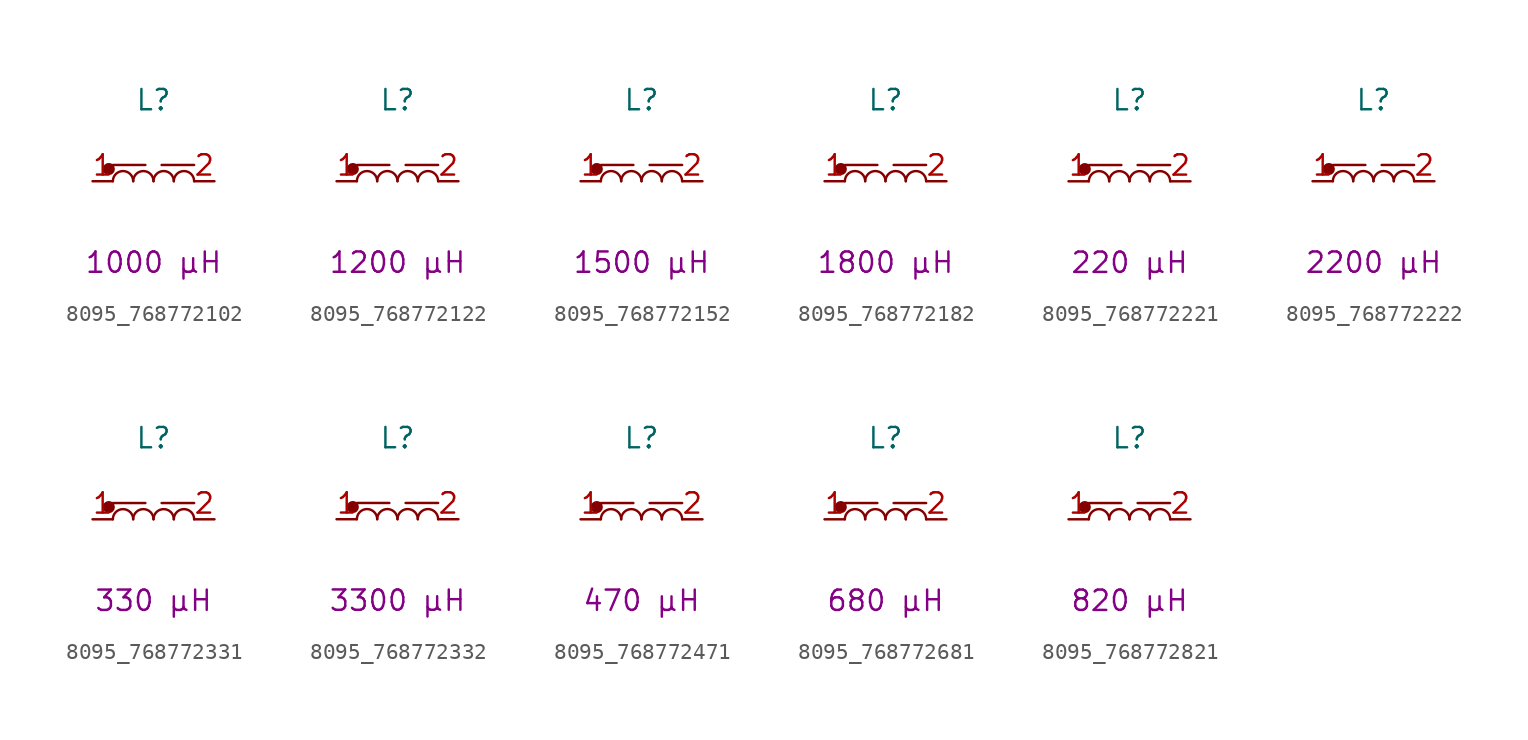
<source format=kicad_sym>
(kicad_symbol_lib
  (version 20220914)
  (generator kicad_symbol_editor)
  (symbol "8095_768772102"
    (pin_names hide)
    (property "Reference" "L"
      (at 0 5.08 0)
      (effects (font (size 1.27 1.27))))
    (property "Critical Parameter" "1000 µH"
      (at 0 -5.08 0)
      (effects (font (size 1.27 1.27))))
    (symbol "8095_768772102_0_1"
      (arc (start -1.27 0) (mid -1.905 0.6323) (end -2.54 0) (stroke (width 0) (type default)) (fill (type none)))
      (arc (start 0 0) (mid -0.635 0.6323) (end -1.27 0) (stroke (width 0) (type default)) (fill (type none)))
      (polyline (pts (xy -2.54 1.016) (xy -0.508 1.016)) (stroke (width 0) (type default)) (fill (type none)))
      (arc (start 1.27 0) (mid 0.635 0.6323) (end 0 0) (stroke (width 0) (type default)) (fill (type none)))
      (arc (start 2.54 0) (mid 1.905 0.6323) (end 1.27 0) (stroke (width 0) (type default)) (fill (type none))))
    (symbol "8095_768772102_1_1"
      (circle (center -2.794 0.762) (radius 0.0001) (stroke (width 0.381) (type default)) (fill (type none)))
      (polyline (pts (xy 2.54 1.016) (xy 0.508 1.016)) (stroke (width 0) (type default)) (fill (type none)))
      (pin passive line (at -3.81 0 0) (length 1.27) (name "1" (effects (font (size 1.27 1.27)))) (number "1" (effects (font (size 1.27 1.27)))))
      (pin passive line (at 3.81 0 180) (length 1.27) (name "2" (effects (font (size 1.27 1.27)))) (number "2" (effects (font (size 1.27 1.27)))))))
  (symbol "8095_768772122"
    (pin_names hide)
    (property "Reference" "L"
      (at 0 5.08 0)
      (effects (font (size 1.27 1.27))))
    (property "Critical Parameter" "1200 µH"
      (at 0 -5.08 0)
      (effects (font (size 1.27 1.27))))
    (symbol "8095_768772122_0_1"
      (arc (start -1.27 0) (mid -1.905 0.6323) (end -2.54 0) (stroke (width 0) (type default)) (fill (type none)))
      (arc (start 0 0) (mid -0.635 0.6323) (end -1.27 0) (stroke (width 0) (type default)) (fill (type none)))
      (polyline (pts (xy -2.54 1.016) (xy -0.508 1.016)) (stroke (width 0) (type default)) (fill (type none)))
      (arc (start 1.27 0) (mid 0.635 0.6323) (end 0 0) (stroke (width 0) (type default)) (fill (type none)))
      (arc (start 2.54 0) (mid 1.905 0.6323) (end 1.27 0) (stroke (width 0) (type default)) (fill (type none))))
    (symbol "8095_768772122_1_1"
      (circle (center -2.794 0.762) (radius 0.0001) (stroke (width 0.381) (type default)) (fill (type none)))
      (polyline (pts (xy 2.54 1.016) (xy 0.508 1.016)) (stroke (width 0) (type default)) (fill (type none)))
      (pin passive line (at -3.81 0 0) (length 1.27) (name "1" (effects (font (size 1.27 1.27)))) (number "1" (effects (font (size 1.27 1.27)))))
      (pin passive line (at 3.81 0 180) (length 1.27) (name "2" (effects (font (size 1.27 1.27)))) (number "2" (effects (font (size 1.27 1.27)))))))
  (symbol "8095_768772152"
    (pin_names hide)
    (property "Reference" "L"
      (at 0 5.08 0)
      (effects (font (size 1.27 1.27))))
    (property "Critical Parameter" "1500 µH"
      (at 0 -5.08 0)
      (effects (font (size 1.27 1.27))))
    (symbol "8095_768772152_0_1"
      (arc (start -1.27 0) (mid -1.905 0.6323) (end -2.54 0) (stroke (width 0) (type default)) (fill (type none)))
      (arc (start 0 0) (mid -0.635 0.6323) (end -1.27 0) (stroke (width 0) (type default)) (fill (type none)))
      (polyline (pts (xy -2.54 1.016) (xy -0.508 1.016)) (stroke (width 0) (type default)) (fill (type none)))
      (arc (start 1.27 0) (mid 0.635 0.6323) (end 0 0) (stroke (width 0) (type default)) (fill (type none)))
      (arc (start 2.54 0) (mid 1.905 0.6323) (end 1.27 0) (stroke (width 0) (type default)) (fill (type none))))
    (symbol "8095_768772152_1_1"
      (circle (center -2.794 0.762) (radius 0.0001) (stroke (width 0.381) (type default)) (fill (type none)))
      (polyline (pts (xy 2.54 1.016) (xy 0.508 1.016)) (stroke (width 0) (type default)) (fill (type none)))
      (pin passive line (at -3.81 0 0) (length 1.27) (name "1" (effects (font (size 1.27 1.27)))) (number "1" (effects (font (size 1.27 1.27)))))
      (pin passive line (at 3.81 0 180) (length 1.27) (name "2" (effects (font (size 1.27 1.27)))) (number "2" (effects (font (size 1.27 1.27)))))))
  (symbol "8095_768772182"
    (pin_names hide)
    (property "Reference" "L"
      (at 0 5.08 0)
      (effects (font (size 1.27 1.27))))
    (property "Critical Parameter" "1800 µH"
      (at 0 -5.08 0)
      (effects (font (size 1.27 1.27))))
    (symbol "8095_768772182_0_1"
      (arc (start -1.27 0) (mid -1.905 0.6323) (end -2.54 0) (stroke (width 0) (type default)) (fill (type none)))
      (arc (start 0 0) (mid -0.635 0.6323) (end -1.27 0) (stroke (width 0) (type default)) (fill (type none)))
      (polyline (pts (xy -2.54 1.016) (xy -0.508 1.016)) (stroke (width 0) (type default)) (fill (type none)))
      (arc (start 1.27 0) (mid 0.635 0.6323) (end 0 0) (stroke (width 0) (type default)) (fill (type none)))
      (arc (start 2.54 0) (mid 1.905 0.6323) (end 1.27 0) (stroke (width 0) (type default)) (fill (type none))))
    (symbol "8095_768772182_1_1"
      (circle (center -2.794 0.762) (radius 0.0001) (stroke (width 0.381) (type default)) (fill (type none)))
      (polyline (pts (xy 2.54 1.016) (xy 0.508 1.016)) (stroke (width 0) (type default)) (fill (type none)))
      (pin passive line (at -3.81 0 0) (length 1.27) (name "1" (effects (font (size 1.27 1.27)))) (number "1" (effects (font (size 1.27 1.27)))))
      (pin passive line (at 3.81 0 180) (length 1.27) (name "2" (effects (font (size 1.27 1.27)))) (number "2" (effects (font (size 1.27 1.27)))))))
  (symbol "8095_768772221"
    (pin_names hide)
    (property "Reference" "L"
      (at 0 5.08 0)
      (effects (font (size 1.27 1.27))))
    (property "Critical Parameter" "220 µH"
      (at 0 -5.08 0)
      (effects (font (size 1.27 1.27))))
    (symbol "8095_768772221_0_1"
      (arc (start -1.27 0) (mid -1.905 0.6323) (end -2.54 0) (stroke (width 0) (type default)) (fill (type none)))
      (arc (start 0 0) (mid -0.635 0.6323) (end -1.27 0) (stroke (width 0) (type default)) (fill (type none)))
      (polyline (pts (xy -2.54 1.016) (xy -0.508 1.016)) (stroke (width 0) (type default)) (fill (type none)))
      (arc (start 1.27 0) (mid 0.635 0.6323) (end 0 0) (stroke (width 0) (type default)) (fill (type none)))
      (arc (start 2.54 0) (mid 1.905 0.6323) (end 1.27 0) (stroke (width 0) (type default)) (fill (type none))))
    (symbol "8095_768772221_1_1"
      (circle (center -2.794 0.762) (radius 0.0001) (stroke (width 0.381) (type default)) (fill (type none)))
      (polyline (pts (xy 2.54 1.016) (xy 0.508 1.016)) (stroke (width 0) (type default)) (fill (type none)))
      (pin passive line (at -3.81 0 0) (length 1.27) (name "1" (effects (font (size 1.27 1.27)))) (number "1" (effects (font (size 1.27 1.27)))))
      (pin passive line (at 3.81 0 180) (length 1.27) (name "2" (effects (font (size 1.27 1.27)))) (number "2" (effects (font (size 1.27 1.27)))))))
  (symbol "8095_768772222"
    (pin_names hide)
    (property "Reference" "L"
      (at 0 5.08 0)
      (effects (font (size 1.27 1.27))))
    (property "Critical Parameter" "2200 µH"
      (at 0 -5.08 0)
      (effects (font (size 1.27 1.27))))
    (symbol "8095_768772222_0_1"
      (arc (start -1.27 0) (mid -1.905 0.6323) (end -2.54 0) (stroke (width 0) (type default)) (fill (type none)))
      (arc (start 0 0) (mid -0.635 0.6323) (end -1.27 0) (stroke (width 0) (type default)) (fill (type none)))
      (polyline (pts (xy -2.54 1.016) (xy -0.508 1.016)) (stroke (width 0) (type default)) (fill (type none)))
      (arc (start 1.27 0) (mid 0.635 0.6323) (end 0 0) (stroke (width 0) (type default)) (fill (type none)))
      (arc (start 2.54 0) (mid 1.905 0.6323) (end 1.27 0) (stroke (width 0) (type default)) (fill (type none))))
    (symbol "8095_768772222_1_1"
      (circle (center -2.794 0.762) (radius 0.0001) (stroke (width 0.381) (type default)) (fill (type none)))
      (polyline (pts (xy 2.54 1.016) (xy 0.508 1.016)) (stroke (width 0) (type default)) (fill (type none)))
      (pin passive line (at -3.81 0 0) (length 1.27) (name "1" (effects (font (size 1.27 1.27)))) (number "1" (effects (font (size 1.27 1.27)))))
      (pin passive line (at 3.81 0 180) (length 1.27) (name "2" (effects (font (size 1.27 1.27)))) (number "2" (effects (font (size 1.27 1.27)))))))
  (symbol "8095_768772331"
    (pin_names hide)
    (property "Reference" "L"
      (at 0 5.08 0)
      (effects (font (size 1.27 1.27))))
    (property "Critical Parameter" "330 µH"
      (at 0 -5.08 0)
      (effects (font (size 1.27 1.27))))
    (symbol "8095_768772331_0_1"
      (arc (start -1.27 0) (mid -1.905 0.6323) (end -2.54 0) (stroke (width 0) (type default)) (fill (type none)))
      (arc (start 0 0) (mid -0.635 0.6323) (end -1.27 0) (stroke (width 0) (type default)) (fill (type none)))
      (polyline (pts (xy -2.54 1.016) (xy -0.508 1.016)) (stroke (width 0) (type default)) (fill (type none)))
      (arc (start 1.27 0) (mid 0.635 0.6323) (end 0 0) (stroke (width 0) (type default)) (fill (type none)))
      (arc (start 2.54 0) (mid 1.905 0.6323) (end 1.27 0) (stroke (width 0) (type default)) (fill (type none))))
    (symbol "8095_768772331_1_1"
      (circle (center -2.794 0.762) (radius 0.0001) (stroke (width 0.381) (type default)) (fill (type none)))
      (polyline (pts (xy 2.54 1.016) (xy 0.508 1.016)) (stroke (width 0) (type default)) (fill (type none)))
      (pin passive line (at -3.81 0 0) (length 1.27) (name "1" (effects (font (size 1.27 1.27)))) (number "1" (effects (font (size 1.27 1.27)))))
      (pin passive line (at 3.81 0 180) (length 1.27) (name "2" (effects (font (size 1.27 1.27)))) (number "2" (effects (font (size 1.27 1.27)))))))
  (symbol "8095_768772332"
    (pin_names hide)
    (property "Reference" "L"
      (at 0 5.08 0)
      (effects (font (size 1.27 1.27))))
    (property "Critical Parameter" "3300 µH"
      (at 0 -5.08 0)
      (effects (font (size 1.27 1.27))))
    (symbol "8095_768772332_0_1"
      (arc (start -1.27 0) (mid -1.905 0.6323) (end -2.54 0) (stroke (width 0) (type default)) (fill (type none)))
      (arc (start 0 0) (mid -0.635 0.6323) (end -1.27 0) (stroke (width 0) (type default)) (fill (type none)))
      (polyline (pts (xy -2.54 1.016) (xy -0.508 1.016)) (stroke (width 0) (type default)) (fill (type none)))
      (arc (start 1.27 0) (mid 0.635 0.6323) (end 0 0) (stroke (width 0) (type default)) (fill (type none)))
      (arc (start 2.54 0) (mid 1.905 0.6323) (end 1.27 0) (stroke (width 0) (type default)) (fill (type none))))
    (symbol "8095_768772332_1_1"
      (circle (center -2.794 0.762) (radius 0.0001) (stroke (width 0.381) (type default)) (fill (type none)))
      (polyline (pts (xy 2.54 1.016) (xy 0.508 1.016)) (stroke (width 0) (type default)) (fill (type none)))
      (pin passive line (at -3.81 0 0) (length 1.27) (name "1" (effects (font (size 1.27 1.27)))) (number "1" (effects (font (size 1.27 1.27)))))
      (pin passive line (at 3.81 0 180) (length 1.27) (name "2" (effects (font (size 1.27 1.27)))) (number "2" (effects (font (size 1.27 1.27)))))))
  (symbol "8095_768772471"
    (pin_names hide)
    (property "Reference" "L"
      (at 0 5.08 0)
      (effects (font (size 1.27 1.27))))
    (property "Critical Parameter" "470 µH"
      (at 0 -5.08 0)
      (effects (font (size 1.27 1.27))))
    (symbol "8095_768772471_0_1"
      (arc (start -1.27 0) (mid -1.905 0.6323) (end -2.54 0) (stroke (width 0) (type default)) (fill (type none)))
      (arc (start 0 0) (mid -0.635 0.6323) (end -1.27 0) (stroke (width 0) (type default)) (fill (type none)))
      (polyline (pts (xy -2.54 1.016) (xy -0.508 1.016)) (stroke (width 0) (type default)) (fill (type none)))
      (arc (start 1.27 0) (mid 0.635 0.6323) (end 0 0) (stroke (width 0) (type default)) (fill (type none)))
      (arc (start 2.54 0) (mid 1.905 0.6323) (end 1.27 0) (stroke (width 0) (type default)) (fill (type none))))
    (symbol "8095_768772471_1_1"
      (circle (center -2.794 0.762) (radius 0.0001) (stroke (width 0.381) (type default)) (fill (type none)))
      (polyline (pts (xy 2.54 1.016) (xy 0.508 1.016)) (stroke (width 0) (type default)) (fill (type none)))
      (pin passive line (at -3.81 0 0) (length 1.27) (name "1" (effects (font (size 1.27 1.27)))) (number "1" (effects (font (size 1.27 1.27)))))
      (pin passive line (at 3.81 0 180) (length 1.27) (name "2" (effects (font (size 1.27 1.27)))) (number "2" (effects (font (size 1.27 1.27)))))))
  (symbol "8095_768772681"
    (pin_names hide)
    (property "Reference" "L"
      (at 0 5.08 0)
      (effects (font (size 1.27 1.27))))
    (property "Critical Parameter" "680 µH"
      (at 0 -5.08 0)
      (effects (font (size 1.27 1.27))))
    (symbol "8095_768772681_0_1"
      (arc (start -1.27 0) (mid -1.905 0.6323) (end -2.54 0) (stroke (width 0) (type default)) (fill (type none)))
      (arc (start 0 0) (mid -0.635 0.6323) (end -1.27 0) (stroke (width 0) (type default)) (fill (type none)))
      (polyline (pts (xy -2.54 1.016) (xy -0.508 1.016)) (stroke (width 0) (type default)) (fill (type none)))
      (arc (start 1.27 0) (mid 0.635 0.6323) (end 0 0) (stroke (width 0) (type default)) (fill (type none)))
      (arc (start 2.54 0) (mid 1.905 0.6323) (end 1.27 0) (stroke (width 0) (type default)) (fill (type none))))
    (symbol "8095_768772681_1_1"
      (circle (center -2.794 0.762) (radius 0.0001) (stroke (width 0.381) (type default)) (fill (type none)))
      (polyline (pts (xy 2.54 1.016) (xy 0.508 1.016)) (stroke (width 0) (type default)) (fill (type none)))
      (pin passive line (at -3.81 0 0) (length 1.27) (name "1" (effects (font (size 1.27 1.27)))) (number "1" (effects (font (size 1.27 1.27)))))
      (pin passive line (at 3.81 0 180) (length 1.27) (name "2" (effects (font (size 1.27 1.27)))) (number "2" (effects (font (size 1.27 1.27)))))))
  (symbol "8095_768772821"
    (pin_names hide)
    (property "Reference" "L"
      (at 0 5.08 0)
      (effects (font (size 1.27 1.27))))
    (property "Critical Parameter" "820 µH"
      (at 0 -5.08 0)
      (effects (font (size 1.27 1.27))))
    (symbol "8095_768772821_0_1"
      (arc (start -1.27 0) (mid -1.905 0.6323) (end -2.54 0) (stroke (width 0) (type default)) (fill (type none)))
      (arc (start 0 0) (mid -0.635 0.6323) (end -1.27 0) (stroke (width 0) (type default)) (fill (type none)))
      (polyline (pts (xy -2.54 1.016) (xy -0.508 1.016)) (stroke (width 0) (type default)) (fill (type none)))
      (arc (start 1.27 0) (mid 0.635 0.6323) (end 0 0) (stroke (width 0) (type default)) (fill (type none)))
      (arc (start 2.54 0) (mid 1.905 0.6323) (end 1.27 0) (stroke (width 0) (type default)) (fill (type none))))
    (symbol "8095_768772821_1_1"
      (circle (center -2.794 0.762) (radius 0.0001) (stroke (width 0.381) (type default)) (fill (type none)))
      (polyline (pts (xy 2.54 1.016) (xy 0.508 1.016)) (stroke (width 0) (type default)) (fill (type none)))
      (pin passive line (at -3.81 0 0) (length 1.27) (name "1" (effects (font (size 1.27 1.27)))) (number "1" (effects (font (size 1.27 1.27)))))
      (pin passive line (at 3.81 0 180) (length 1.27) (name "2" (effects (font (size 1.27 1.27)))) (number "2" (effects (font (size 1.27 1.27))))))))
</source>
